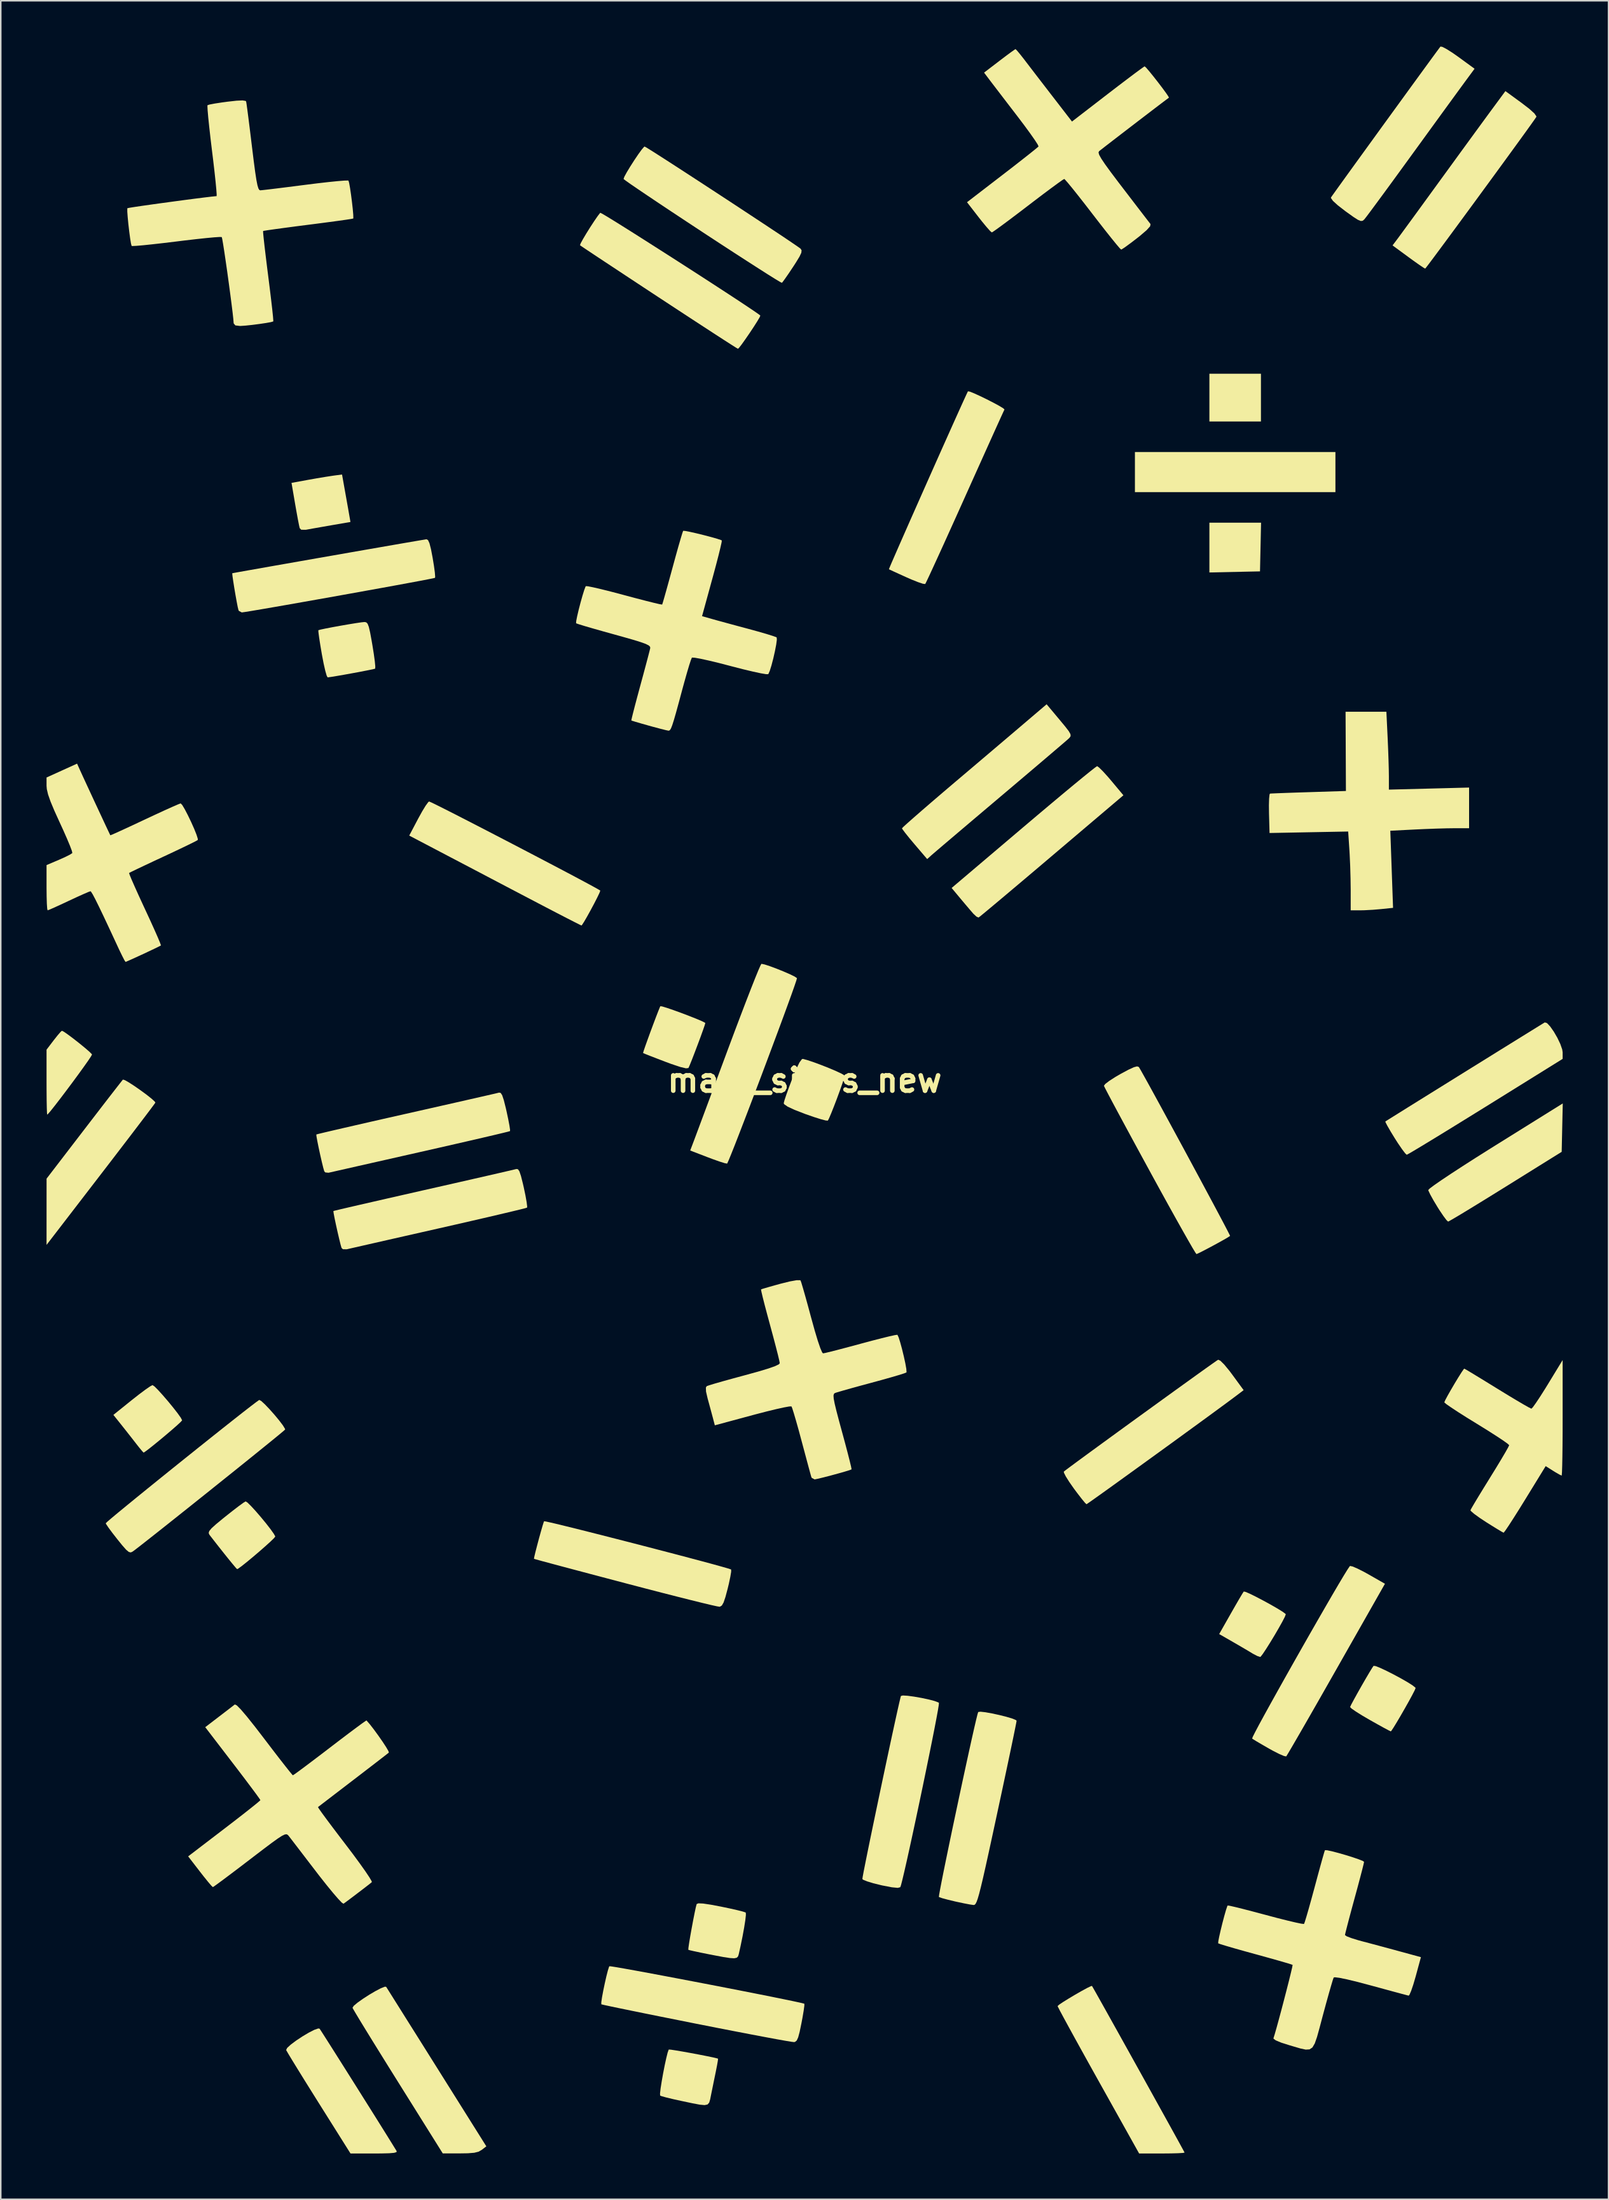
<source format=kicad_pcb>
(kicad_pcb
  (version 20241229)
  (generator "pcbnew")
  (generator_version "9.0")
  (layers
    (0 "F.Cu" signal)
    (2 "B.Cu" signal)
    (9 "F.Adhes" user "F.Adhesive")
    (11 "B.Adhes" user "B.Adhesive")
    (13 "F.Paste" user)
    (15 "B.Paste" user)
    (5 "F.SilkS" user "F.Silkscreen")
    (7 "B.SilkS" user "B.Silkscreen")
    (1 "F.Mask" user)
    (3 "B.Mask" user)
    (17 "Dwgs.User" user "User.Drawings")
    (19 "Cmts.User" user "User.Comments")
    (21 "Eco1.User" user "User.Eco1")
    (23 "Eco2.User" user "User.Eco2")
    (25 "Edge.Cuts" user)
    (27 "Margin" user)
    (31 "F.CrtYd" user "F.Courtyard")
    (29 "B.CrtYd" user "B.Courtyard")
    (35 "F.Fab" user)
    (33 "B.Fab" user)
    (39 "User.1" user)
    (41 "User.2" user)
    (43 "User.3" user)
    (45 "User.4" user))
  (footprint "math_signs_new"
    (layer "F.Cu")
    (at 49.674 67.734)
    (property "Reference" "math_signs_new" (at 0 0 0) (layer "F.SilkS") (effects (font (size 1.5 1.5) (thickness 0.3))))
    (attr board_only exclude_from_pos_files exclude_from_bom)
    (fp_poly (pts (xy 29.877 -34.941) (xy 29.842 -33.345) (xy 28.184 -33.31) (xy 26.526 -33.275) (xy 26.526 -34.906) (xy 26.526 -36.536) (xy 28.219 -36.536) (xy 29.912 -36.536)) (stroke (width 0) (type solid)) (fill yes) (layer "F.SilkS"))
    (fp_poly (pts (xy 29.904 -44.732) (xy 29.904 -43.167) (xy 28.215 -43.167) (xy 26.526 -43.167) (xy 26.526 -44.732) (xy 26.526 -46.296) (xy 28.215 -46.296) (xy 29.904 -46.296)) (stroke (width 0) (type solid)) (fill yes) (layer "F.SilkS"))
    (fp_poly (pts (xy 34.784 -39.852) (xy 34.784 -38.538) (xy 28.215 -38.538) (xy 21.646 -38.538) (xy 21.646 -39.852) (xy 21.646 -41.166) (xy 28.215 -41.166) (xy 34.784 -41.166)) (stroke (width 0) (type solid)) (fill yes) (layer "F.SilkS"))
    (fp_poly (pts (xy -30.102 -38.522) (xy -30.002 -37.961) (xy -29.911 -37.451) (xy -29.845 -37.073) (xy -29.826 -36.966) (xy -29.76 -36.583) (xy -31.052 -36.36) (xy -31.63 -36.259) (xy -32.149 -36.168) (xy -32.537 -36.098) (xy -32.686 -36.071) (xy -32.986 -36.075) (xy -33.085 -36.177) (xy -33.128 -36.364) (xy -33.202 -36.741) (xy -33.295 -37.249) (xy -33.382 -37.746) (xy -33.621 -39.144) (xy -32.545 -39.341) (xy -31.968 -39.443) (xy -31.406 -39.537) (xy -30.963 -39.605) (xy -30.89 -39.616) (xy -30.311 -39.694)) (stroke (width 0) (type solid)) (fill yes) (layer "F.SilkS"))
    (fp_poly (pts (xy -44.544 -0.011) (xy -44.275 0.142) (xy -43.914 0.376) (xy -43.513 0.655) (xy -43.124 0.941) (xy -42.8 1.198) (xy -42.591 1.387) (xy -42.542 1.461) (xy -42.616 1.568) (xy -42.828 1.854) (xy -43.162 2.298) (xy -43.605 2.881) (xy -44.14 3.584) (xy -44.754 4.386) (xy -45.43 5.269) (xy -46.108 6.151) (xy -49.674 10.786) (xy -49.673 8.615) (xy -49.672 6.444) (xy -47.223 3.253) (xy -46.624 2.474) (xy -46.072 1.756) (xy -45.585 1.125) (xy -45.182 0.606) (xy -44.883 0.222) (xy -44.707 -0.001) (xy -44.669 -0.047)) (stroke (width 0) (type solid)) (fill yes) (layer "F.SilkS"))
    (fp_poly (pts (xy 49.646 3.101) (xy 49.611 4.687) (xy 45.939 6.973) (xy 45.075 7.509) (xy 44.278 8) (xy 43.573 8.432) (xy 42.984 8.789) (xy 42.536 9.055) (xy 42.255 9.216) (xy 42.167 9.259) (xy 42.061 9.16) (xy 41.861 8.894) (xy 41.603 8.511) (xy 41.476 8.31) (xy 41.209 7.866) (xy 41.001 7.491) (xy 40.883 7.242) (xy 40.868 7.189) (xy 40.968 7.087) (xy 41.262 6.867) (xy 41.729 6.543) (xy 42.349 6.129) (xy 43.103 5.638) (xy 43.971 5.082) (xy 44.933 4.476) (xy 45.267 4.267) (xy 49.681 1.516)) (stroke (width 0) (type solid)) (fill yes) (layer "F.SilkS"))
    (fp_poly (pts (xy -48.531 -3.177) (xy -48.259 -2.988) (xy -47.903 -2.721) (xy -47.516 -2.417) (xy -47.153 -2.12) (xy -46.866 -1.872) (xy -46.709 -1.714) (xy -46.695 -1.689) (xy -46.76 -1.565) (xy -46.949 -1.282) (xy -47.236 -0.876) (xy -47.59 -0.386) (xy -47.985 0.151) (xy -48.393 0.696) (xy -48.784 1.213) (xy -49.132 1.663) (xy -49.408 2.009) (xy -49.584 2.213) (xy -49.631 2.252) (xy -49.645 2.134) (xy -49.657 1.806) (xy -49.667 1.309) (xy -49.672 0.683) (xy -49.674 0.123) (xy -49.674 -2.007) (xy -49.205 -2.623) (xy -48.949 -2.946) (xy -48.753 -3.172) (xy -48.667 -3.246)) (stroke (width 0) (type solid)) (fill yes) (layer "F.SilkS"))
    (fp_poly (pts (xy -42.602 20.058) (xy -42.363 20.296) (xy -42.052 20.639) (xy -41.707 21.04) (xy -41.369 21.452) (xy -41.077 21.827) (xy -40.871 22.118) (xy -40.79 22.279) (xy -40.79 22.281) (xy -40.881 22.385) (xy -41.122 22.608) (xy -41.47 22.913) (xy -41.881 23.263) (xy -42.31 23.62) (xy -42.712 23.947) (xy -43.043 24.208) (xy -43.259 24.365) (xy -43.316 24.394) (xy -43.407 24.3) (xy -43.603 24.063) (xy -43.811 23.799) (xy -44.153 23.36) (xy -44.545 22.863) (xy -44.78 22.567) (xy -45.294 21.924) (xy -44.09 20.955) (xy -43.615 20.582) (xy -43.202 20.273) (xy -42.893 20.059) (xy -42.733 19.972) (xy -42.73 19.972)) (stroke (width 0) (type solid)) (fill yes) (layer "F.SilkS"))
    (fp_poly (pts (xy 19.298 -20.492) (xy 19.545 -20.249) (xy 19.868 -19.894) (xy 20.094 -19.629) (xy 20.892 -18.675) (xy 16.191 -14.687) (xy 15.261 -13.898) (xy 14.388 -13.16) (xy 13.592 -12.489) (xy 12.89 -11.898) (xy 12.302 -11.405) (xy 11.846 -11.025) (xy 11.54 -10.774) (xy 11.404 -10.667) (xy 11.399 -10.664) (xy 11.262 -10.724) (xy 11.058 -10.914) (xy 11.058 -10.915) (xy 10.85 -11.155) (xy 10.548 -11.51) (xy 10.22 -11.9) (xy 9.635 -12.602) (xy 14.338 -16.592) (xy 15.269 -17.38) (xy 16.144 -18.116) (xy 16.944 -18.786) (xy 17.65 -19.372) (xy 18.244 -19.86) (xy 18.707 -20.235) (xy 19.019 -20.48) (xy 19.163 -20.581) (xy 19.169 -20.583)) (stroke (width 0) (type solid)) (fill yes) (layer "F.SilkS"))
    (fp_poly (pts (xy 28.904 33.524) (xy 29.195 33.651) (xy 29.598 33.85) (xy 30.062 34.094) (xy 30.536 34.353) (xy 30.969 34.602) (xy 31.308 34.811) (xy 31.504 34.953) (xy 31.531 34.99) (xy 31.471 35.152) (xy 31.309 35.467) (xy 31.076 35.884) (xy 30.802 36.355) (xy 30.516 36.827) (xy 30.248 37.253) (xy 30.029 37.582) (xy 29.888 37.764) (xy 29.858 37.785) (xy 29.663 37.722) (xy 29.375 37.571) (xy 29.341 37.551) (xy 29.052 37.376) (xy 28.628 37.127) (xy 28.153 36.851) (xy 28.067 36.801) (xy 27.167 36.284) (xy 27.93 34.94) (xy 28.229 34.416) (xy 28.488 33.97) (xy 28.679 33.65) (xy 28.776 33.499) (xy 28.777 33.497)) (stroke (width 0) (type solid)) (fill yes) (layer "F.SilkS"))
    (fp_poly (pts (xy -27.421 59.397) (xy -27.34 59.524) (xy -27.139 59.843) (xy -26.832 60.332) (xy -26.431 60.97) (xy -25.95 61.736) (xy -25.401 62.608) (xy -24.799 63.567) (xy -24.156 64.591) (xy -24.097 64.685) (xy -20.855 69.85) (xy -21.157 70.082) (xy -21.362 70.199) (xy -21.643 70.271) (xy -22.061 70.305) (xy -22.585 70.313) (xy -23.711 70.313) (xy -26.651 65.615) (xy -27.264 64.634) (xy -27.835 63.715) (xy -28.351 62.882) (xy -28.798 62.156) (xy -29.162 61.56) (xy -29.429 61.115) (xy -29.587 60.844) (xy -29.625 60.77) (xy -29.543 60.643) (xy -29.298 60.437) (xy -28.944 60.185) (xy -28.535 59.921) (xy -28.123 59.679) (xy -27.764 59.491) (xy -27.511 59.391)) (stroke (width 0) (type solid)) (fill yes) (layer "F.SilkS"))
    (fp_poly (pts (xy -6.65 53.942) (xy -6.134 54.019) (xy -5.484 54.142) (xy -4.891 54.266) (xy -4.389 54.38) (xy -4.029 54.472) (xy -3.86 54.531) (xy -3.856 54.534) (xy -3.846 54.683) (xy -3.884 55.027) (xy -3.961 55.519) (xy -4.069 56.11) (xy -4.2 56.75) (xy -4.318 57.275) (xy -4.363 57.41) (xy -4.449 57.495) (xy -4.614 57.529) (xy -4.896 57.512) (xy -5.332 57.445) (xy -5.961 57.326) (xy -6.256 57.269) (xy -6.797 57.16) (xy -7.24 57.066) (xy -7.531 56.999) (xy -7.619 56.973) (xy -7.613 56.848) (xy -7.568 56.535) (xy -7.495 56.093) (xy -7.403 55.579) (xy -7.305 55.052) (xy -7.21 54.57) (xy -7.129 54.19) (xy -7.073 53.975) (xy -6.958 53.928)) (stroke (width 0) (type solid)) (fill yes) (layer "F.SilkS"))
    (fp_poly (pts (xy 0.197 -1.318) (xy 0.627 -1.173) (xy 1.119 -0.99) (xy 1.618 -0.792) (xy 2.069 -0.6) (xy 2.418 -0.436) (xy 2.608 -0.324) (xy 2.627 -0.298) (xy 2.585 -0.125) (xy 2.472 0.22) (xy 2.31 0.677) (xy 2.122 1.19) (xy 1.927 1.7) (xy 1.748 2.15) (xy 1.607 2.483) (xy 1.526 2.64) (xy 1.523 2.642) (xy 1.38 2.632) (xy 1.051 2.546) (xy 0.587 2.399) (xy 0.035 2.206) (xy 0.032 2.204) (xy -0.658 1.937) (xy -1.112 1.726) (xy -1.338 1.567) (xy -1.368 1.501) (xy -1.321 1.316) (xy -1.2 0.951) (xy -1.024 0.462) (xy -0.825 -0.063) (xy -0.55 -0.733) (xy -0.336 -1.17) (xy -0.179 -1.381) (xy -0.114 -1.403)) (stroke (width 0) (type solid)) (fill yes) (layer "F.SilkS"))
    (fp_poly (pts (xy -36.51 27.665) (xy -36.277 27.893) (xy -35.97 28.227) (xy -35.627 28.624) (xy -35.288 29.036) (xy -34.992 29.417) (xy -34.776 29.723) (xy -34.684 29.891) (xy -34.764 29.996) (xy -34.994 30.22) (xy -35.333 30.527) (xy -35.736 30.88) (xy -36.159 31.24) (xy -36.56 31.572) (xy -36.894 31.837) (xy -37.119 31.999) (xy -37.185 32.031) (xy -37.274 31.94) (xy -37.483 31.692) (xy -37.78 31.329) (xy -38.037 31.007) (xy -38.394 30.557) (xy -38.703 30.162) (xy -38.926 29.875) (xy -39.006 29.769) (xy -39.05 29.661) (xy -39.01 29.532) (xy -38.859 29.351) (xy -38.57 29.089) (xy -38.115 28.713) (xy -37.973 28.599) (xy -37.501 28.225) (xy -37.091 27.91) (xy -36.786 27.688) (xy -36.63 27.591) (xy -36.63 27.591)) (stroke (width 0) (type solid)) (fill yes) (layer "F.SilkS"))
    (fp_poly (pts (xy -31.784 62.139) (xy -31.704 62.258) (xy -31.509 62.561) (xy -31.217 63.02) (xy -30.845 63.606) (xy -30.412 64.291) (xy -29.935 65.047) (xy -29.431 65.846) (xy -28.92 66.66) (xy -28.417 67.459) (xy -27.942 68.217) (xy -27.512 68.905) (xy -27.145 69.494) (xy -26.859 69.957) (xy -26.732 70.163) (xy -26.744 70.23) (xy -26.898 70.276) (xy -27.224 70.304) (xy -27.75 70.317) (xy -28.196 70.319) (xy -29.756 70.319) (xy -31.83 67.021) (xy -32.345 66.199) (xy -32.818 65.44) (xy -33.232 64.771) (xy -33.57 64.22) (xy -33.816 63.814) (xy -33.953 63.579) (xy -33.974 63.538) (xy -33.905 63.4) (xy -33.668 63.183) (xy -33.318 62.921) (xy -32.909 62.65) (xy -32.496 62.404) (xy -32.132 62.219) (xy -31.874 62.128)) (stroke (width 0) (type solid)) (fill yes) (layer "F.SilkS"))
    (fp_poly (pts (xy -9.32 -4.836) (xy -9.013 -4.742) (xy -8.584 -4.595) (xy -8.089 -4.416) (xy -7.582 -4.223) (xy -7.119 -4.04) (xy -6.752 -3.885) (xy -6.539 -3.779) (xy -6.506 -3.75) (xy -6.549 -3.601) (xy -6.661 -3.276) (xy -6.821 -2.832) (xy -7.01 -2.325) (xy -7.204 -1.813) (xy -7.382 -1.352) (xy -7.524 -0.999) (xy -7.608 -0.812) (xy -7.612 -0.805) (xy -7.77 -0.784) (xy -8.149 -0.874) (xy -8.745 -1.073) (xy -9.128 -1.215) (xy -9.678 -1.426) (xy -10.135 -1.603) (xy -10.453 -1.729) (xy -10.584 -1.786) (xy -10.585 -1.787) (xy -10.553 -1.906) (xy -10.452 -2.205) (xy -10.3 -2.63) (xy -10.119 -3.129) (xy -9.926 -3.648) (xy -9.743 -4.133) (xy -9.589 -4.531) (xy -9.484 -4.788) (xy -9.45 -4.856)) (stroke (width 0) (type solid)) (fill yes) (layer "F.SilkS"))
    (fp_poly (pts (xy -8.761 63.517) (xy -8.438 63.566) (xy -7.982 63.643) (xy -7.453 63.738) (xy -6.906 63.841) (xy -6.398 63.941) (xy -5.987 64.026) (xy -5.729 64.088) (xy -5.671 64.109) (xy -5.683 64.231) (xy -5.735 64.532) (xy -5.815 64.94) (xy -5.933 65.514) (xy -6.057 66.123) (xy -6.128 66.472) (xy -6.189 66.778) (xy -6.252 66.987) (xy -6.36 67.108) (xy -6.552 67.149) (xy -6.868 67.12) (xy -7.35 67.029) (xy -8.037 66.884) (xy -8.043 66.883) (xy -8.594 66.762) (xy -9.052 66.652) (xy -9.361 66.567) (xy -9.467 66.524) (xy -9.473 66.38) (xy -9.435 66.051) (xy -9.364 65.597) (xy -9.272 65.077) (xy -9.169 64.55) (xy -9.066 64.076) (xy -8.976 63.713) (xy -8.909 63.522) (xy -8.897 63.508)) (stroke (width 0) (type solid)) (fill yes) (layer "F.SilkS"))
    (fp_poly (pts (xy 37.424 38.385) (xy 37.725 38.505) (xy 38.137 38.698) (xy 38.606 38.936) (xy 39.081 39.192) (xy 39.51 39.438) (xy 39.84 39.647) (xy 40.02 39.791) (xy 40.037 39.823) (xy 39.98 39.966) (xy 39.825 40.268) (xy 39.602 40.679) (xy 39.338 41.148) (xy 39.062 41.628) (xy 38.803 42.067) (xy 38.59 42.415) (xy 38.45 42.624) (xy 38.413 42.661) (xy 38.286 42.601) (xy 37.986 42.442) (xy 37.559 42.206) (xy 37.047 41.918) (xy 37.036 41.912) (xy 36.531 41.617) (xy 36.12 41.36) (xy 35.844 41.167) (xy 35.745 41.068) (xy 35.745 41.066) (xy 35.817 40.91) (xy 35.986 40.594) (xy 36.22 40.17) (xy 36.488 39.695) (xy 36.76 39.223) (xy 37.005 38.807) (xy 37.191 38.502) (xy 37.285 38.366)) (stroke (width 0) (type solid)) (fill yes) (layer "F.SilkS"))
    (fp_poly (pts (xy -28.723 -30.006) (xy -28.634 -29.912) (xy -28.555 -29.706) (xy -28.471 -29.347) (xy -28.37 -28.797) (xy -28.323 -28.524) (xy -28.23 -27.942) (xy -28.164 -27.457) (xy -28.132 -27.118) (xy -28.139 -26.973) (xy -28.141 -26.972) (xy -28.283 -26.934) (xy -28.614 -26.866) (xy -29.073 -26.777) (xy -29.602 -26.678) (xy -30.142 -26.58) (xy -30.633 -26.495) (xy -31.018 -26.432) (xy -31.237 -26.402) (xy -31.256 -26.401) (xy -31.319 -26.517) (xy -31.409 -26.832) (xy -31.516 -27.301) (xy -31.626 -27.876) (xy -31.635 -27.925) (xy -31.734 -28.51) (xy -31.81 -28.998) (xy -31.855 -29.34) (xy -31.864 -29.488) (xy -31.862 -29.49) (xy -31.726 -29.53) (xy -31.402 -29.599) (xy -30.949 -29.687) (xy -30.427 -29.782) (xy -29.895 -29.874) (xy -29.412 -29.953) (xy -29.038 -30.008) (xy -28.835 -30.028)) (stroke (width 0) (type solid)) (fill yes) (layer "F.SilkS"))
    (fp_poly (pts (xy 18.912 59.478) (xy 19.099 59.807) (xy 19.376 60.301) (xy 19.73 60.933) (xy 20.146 61.679) (xy 20.612 62.514) (xy 21.111 63.411) (xy 21.631 64.346) (xy 22.158 65.293) (xy 22.676 66.227) (xy 23.172 67.122) (xy 23.633 67.953) (xy 24.043 68.694) (xy 24.389 69.321) (xy 24.656 69.807) (xy 24.831 70.128) (xy 24.899 70.258) (xy 24.9 70.26) (xy 24.782 70.283) (xy 24.464 70.302) (xy 23.992 70.314) (xy 23.416 70.319) (xy 23.41 70.319) (xy 21.921 70.319) (xy 19.25 65.54) (xy 18.691 64.538) (xy 18.172 63.602) (xy 17.705 62.757) (xy 17.303 62.023) (xy 16.977 61.424) (xy 16.74 60.983) (xy 16.606 60.722) (xy 16.579 60.659) (xy 16.678 60.569) (xy 16.938 60.394) (xy 17.306 60.166) (xy 17.725 59.916) (xy 18.142 59.677) (xy 18.502 59.481) (xy 18.75 59.36) (xy 18.831 59.339)) (stroke (width 0) (type solid)) (fill yes) (layer "F.SilkS"))
    (fp_poly (pts (xy 35.906 31.856) (xy 36.23 31.994) (xy 36.661 32.212) (xy 36.958 32.377) (xy 38.03 32.989) (xy 34.839 38.608) (xy 34.221 39.694) (xy 33.64 40.714) (xy 33.106 41.647) (xy 32.632 42.472) (xy 32.229 43.169) (xy 31.91 43.718) (xy 31.687 44.096) (xy 31.571 44.285) (xy 31.558 44.302) (xy 31.418 44.276) (xy 31.114 44.147) (xy 30.7 43.937) (xy 30.432 43.789) (xy 29.977 43.527) (xy 29.607 43.31) (xy 29.376 43.167) (xy 29.326 43.131) (xy 29.37 43.011) (xy 29.527 42.7) (xy 29.78 42.221) (xy 30.118 41.6) (xy 30.525 40.862) (xy 30.987 40.032) (xy 31.49 39.133) (xy 32.021 38.191) (xy 32.565 37.231) (xy 33.108 36.277) (xy 33.637 35.354) (xy 34.137 34.487) (xy 34.593 33.7) (xy 34.993 33.019) (xy 35.322 32.468) (xy 35.566 32.072) (xy 35.711 31.856) (xy 35.742 31.822)) (stroke (width 0) (type solid)) (fill yes) (layer "F.SilkS"))
    (fp_poly (pts (xy 46.98 -64.044) (xy 47.493 -63.65) (xy 47.822 -63.352) (xy 47.953 -63.163) (xy 47.949 -63.124) (xy 47.838 -62.96) (xy 47.601 -62.626) (xy 47.255 -62.144) (xy 46.818 -61.54) (xy 46.306 -60.836) (xy 45.738 -60.056) (xy 45.13 -59.223) (xy 44.499 -58.361) (xy 43.864 -57.493) (xy 43.24 -56.644) (xy 42.646 -55.836) (xy 42.099 -55.094) (xy 41.615 -54.441) (xy 41.213 -53.899) (xy 40.909 -53.494) (xy 40.721 -53.249) (xy 40.665 -53.183) (xy 40.544 -53.252) (xy 40.268 -53.439) (xy 39.881 -53.713) (xy 39.565 -53.943) (xy 38.527 -54.704) (xy 38.825 -55.098) (xy 38.968 -55.291) (xy 39.238 -55.66) (xy 39.617 -56.178) (xy 40.085 -56.819) (xy 40.621 -57.556) (xy 41.208 -58.363) (xy 41.668 -58.996) (xy 42.312 -59.88) (xy 42.948 -60.755) (xy 43.552 -61.584) (xy 44.099 -62.333) (xy 44.564 -62.969) (xy 44.921 -63.456) (xy 45.069 -63.657) (xy 45.923 -64.815)) (stroke (width 0) (type solid)) (fill yes) (layer "F.SilkS"))
    (fp_poly (pts (xy 48.65 -3.748) (xy 48.857 -3.527) (xy 49.094 -3.188) (xy 49.327 -2.786) (xy 49.522 -2.377) (xy 49.647 -2.017) (xy 49.674 -1.831) (xy 49.674 -1.403) (xy 44.618 1.739) (xy 43.6 2.369) (xy 42.646 2.958) (xy 41.778 3.492) (xy 41.016 3.957) (xy 40.382 4.341) (xy 39.896 4.632) (xy 39.581 4.815) (xy 39.456 4.88) (xy 39.456 4.88) (xy 39.35 4.78) (xy 39.147 4.512) (xy 38.879 4.12) (xy 38.68 3.809) (xy 38.404 3.358) (xy 38.192 2.992) (xy 38.071 2.759) (xy 38.055 2.699) (xy 38.164 2.629) (xy 38.461 2.443) (xy 38.921 2.156) (xy 39.519 1.783) (xy 40.23 1.34) (xy 41.029 0.843) (xy 41.892 0.307) (xy 42.792 -0.253) (xy 43.706 -0.821) (xy 44.609 -1.381) (xy 45.475 -1.919) (xy 46.28 -2.418) (xy 46.999 -2.864) (xy 47.607 -3.24) (xy 48.078 -3.532) (xy 48.389 -3.723) (xy 48.505 -3.794)) (stroke (width 0) (type solid)) (fill yes) (layer "F.SilkS"))
    (fp_poly (pts (xy 16.704 -23.63) (xy 17.077 -23.18) (xy 17.31 -22.878) (xy 17.421 -22.683) (xy 17.433 -22.554) (xy 17.365 -22.449) (xy 17.313 -22.398) (xy 17.171 -22.272) (xy 16.858 -22.002) (xy 16.395 -21.607) (xy 15.803 -21.102) (xy 15.102 -20.506) (xy 14.313 -19.837) (xy 13.456 -19.111) (xy 12.825 -18.578) (xy 11.932 -17.822) (xy 11.09 -17.11) (xy 10.321 -16.458) (xy 9.646 -15.885) (xy 9.084 -15.408) (xy 8.658 -15.044) (xy 8.387 -14.812) (xy 8.302 -14.738) (xy 8.033 -14.494) (xy 7.207 -15.462) (xy 6.861 -15.874) (xy 6.587 -16.216) (xy 6.418 -16.444) (xy 6.381 -16.51) (xy 6.473 -16.607) (xy 6.736 -16.846) (xy 7.148 -17.21) (xy 7.687 -17.68) (xy 8.334 -18.238) (xy 9.067 -18.866) (xy 9.865 -19.545) (xy 9.916 -19.588) (xy 10.781 -20.321) (xy 11.639 -21.049) (xy 12.458 -21.744) (xy 13.206 -22.379) (xy 13.852 -22.928) (xy 14.364 -23.364) (xy 14.655 -23.612) (xy 15.86 -24.638)) (stroke (width 0) (type solid)) (fill yes) (layer "F.SilkS"))
    (fp_poly (pts (xy -24.473 -18.212) (xy -24.146 -18.054) (xy -23.65 -17.806) (xy -23.012 -17.483) (xy -22.258 -17.097) (xy -21.411 -16.661) (xy -20.499 -16.19) (xy -19.547 -15.696) (xy -18.58 -15.193) (xy -17.625 -14.694) (xy -16.706 -14.212) (xy -15.849 -13.762) (xy -15.08 -13.355) (xy -14.425 -13.005) (xy -13.909 -12.727) (xy -13.557 -12.532) (xy -13.396 -12.435) (xy -13.388 -12.427) (xy -13.443 -12.276) (xy -13.588 -11.973) (xy -13.791 -11.576) (xy -14.023 -11.142) (xy -14.253 -10.726) (xy -14.45 -10.387) (xy -14.584 -10.18) (xy -14.621 -10.143) (xy -14.747 -10.202) (xy -15.068 -10.363) (xy -15.559 -10.614) (xy -16.194 -10.942) (xy -16.946 -11.333) (xy -17.789 -11.774) (xy -18.518 -12.156) (xy -19.517 -12.68) (xy -20.532 -13.213) (xy -21.521 -13.733) (xy -22.44 -14.215) (xy -23.245 -14.637) (xy -23.891 -14.976) (xy -24.121 -15.097) (xy -25.908 -16.034) (xy -25.319 -17.151) (xy -25.06 -17.62) (xy -24.833 -17.992) (xy -24.667 -18.22) (xy -24.606 -18.268)) (stroke (width 0) (type solid)) (fill yes) (layer "F.SilkS"))
    (fp_poly (pts (xy 27.248 18.377) (xy 27.502 18.629) (xy 27.837 19.035) (xy 28.017 19.275) (xy 28.77 20.303) (xy 28.243 20.701) (xy 27.866 20.982) (xy 27.347 21.364) (xy 26.711 21.831) (xy 25.98 22.365) (xy 25.179 22.948) (xy 24.332 23.565) (xy 23.461 24.197) (xy 22.59 24.827) (xy 21.744 25.439) (xy 20.946 26.015) (xy 20.219 26.539) (xy 19.588 26.992) (xy 19.076 27.357) (xy 18.706 27.619) (xy 18.503 27.758) (xy 18.471 27.777) (xy 18.372 27.683) (xy 18.161 27.428) (xy 17.873 27.055) (xy 17.646 26.751) (xy 17.341 26.315) (xy 17.114 25.953) (xy 16.993 25.712) (xy 16.986 25.639) (xy 17.127 25.529) (xy 17.443 25.293) (xy 17.912 24.947) (xy 18.509 24.509) (xy 19.21 23.997) (xy 19.992 23.427) (xy 20.831 22.817) (xy 21.703 22.184) (xy 22.585 21.546) (xy 23.451 20.919) (xy 24.279 20.321) (xy 25.045 19.77) (xy 25.724 19.281) (xy 26.293 18.874) (xy 26.729 18.564) (xy 27.007 18.37) (xy 27.101 18.309)) (stroke (width 0) (type solid)) (fill yes) (layer "F.SilkS"))
    (fp_poly (pts (xy -2.619 -7.589) (xy -2.266 -7.474) (xy -1.833 -7.313) (xy -1.379 -7.13) (xy -0.965 -6.95) (xy -0.654 -6.798) (xy -0.506 -6.698) (xy -0.501 -6.687) (xy -0.544 -6.531) (xy -0.665 -6.172) (xy -0.854 -5.636) (xy -1.103 -4.95) (xy -1.399 -4.141) (xy -1.734 -3.236) (xy -2.098 -2.261) (xy -2.479 -1.243) (xy -2.868 -0.208) (xy -3.256 0.815) (xy -3.631 1.802) (xy -3.985 2.724) (xy -4.306 3.556) (xy -4.584 4.27) (xy -4.811 4.84) (xy -4.975 5.239) (xy -5.066 5.44) (xy -5.08 5.459) (xy -5.238 5.429) (xy -5.573 5.324) (xy -6.028 5.163) (xy -6.344 5.044) (xy -7.496 4.601) (xy -7.276 4.021) (xy -7.188 3.787) (xy -7.023 3.344) (xy -6.79 2.719) (xy -6.499 1.938) (xy -6.16 1.027) (xy -5.782 0.012) (xy -5.376 -1.08) (xy -4.999 -2.095) (xy -4.582 -3.211) (xy -4.188 -4.251) (xy -3.828 -5.193) (xy -3.509 -6.014) (xy -3.241 -6.692) (xy -3.032 -7.202) (xy -2.891 -7.523) (xy -2.829 -7.632)) (stroke (width 0) (type solid)) (fill yes) (layer "F.SilkS"))
    (fp_poly (pts (xy 38.206 -22.44) (xy 38.237 -21.72) (xy 38.263 -21.004) (xy 38.281 -20.373) (xy 38.288 -19.908) (xy 38.288 -19.888) (xy 38.288 -19.046) (xy 40.915 -19.113) (xy 43.543 -19.181) (xy 43.543 -17.849) (xy 43.543 -16.516) (xy 42.573 -16.516) (xy 42.052 -16.509) (xy 41.373 -16.49) (xy 40.629 -16.462) (xy 39.992 -16.433) (xy 38.381 -16.351) (xy 38.471 -13.825) (xy 38.561 -11.299) (xy 37.78 -11.218) (xy 37.237 -11.172) (xy 36.683 -11.142) (xy 36.392 -11.136) (xy 35.785 -11.136) (xy 35.785 -12.481) (xy 35.775 -13.221) (xy 35.752 -14.042) (xy 35.717 -14.805) (xy 35.702 -15.063) (xy 35.62 -16.3) (xy 33.044 -16.252) (xy 30.467 -16.203) (xy 30.432 -17.486) (xy 30.426 -18.02) (xy 30.438 -18.449) (xy 30.466 -18.719) (xy 30.494 -18.785) (xy 30.645 -18.794) (xy 31.005 -18.809) (xy 31.535 -18.829) (xy 32.196 -18.852) (xy 32.947 -18.876) (xy 33.033 -18.879) (xy 35.472 -18.956) (xy 35.461 -21.552) (xy 35.449 -24.149) (xy 36.786 -24.149) (xy 38.124 -24.149)) (stroke (width 0) (type solid)) (fill yes) (layer "F.SilkS"))
    (fp_poly (pts (xy 41.802 -67.709) (xy 42.089 -67.557) (xy 42.483 -67.306) (xy 42.833 -67.06) (xy 43.902 -66.28) (xy 43.247 -65.391) (xy 43.024 -65.086) (xy 42.675 -64.608) (xy 42.221 -63.985) (xy 41.683 -63.246) (xy 41.082 -62.419) (xy 40.439 -61.533) (xy 39.774 -60.618) (xy 39.732 -60.56) (xy 39.091 -59.678) (xy 38.49 -58.853) (xy 37.946 -58.11) (xy 37.476 -57.472) (xy 37.098 -56.961) (xy 36.829 -56.602) (xy 36.685 -56.418) (xy 36.673 -56.404) (xy 36.569 -56.318) (xy 36.447 -56.303) (xy 36.261 -56.379) (xy 35.97 -56.565) (xy 35.53 -56.88) (xy 35.44 -56.945) (xy 34.943 -57.329) (xy 34.621 -57.622) (xy 34.491 -57.809) (xy 34.494 -57.848) (xy 34.586 -57.98) (xy 34.807 -58.289) (xy 35.14 -58.752) (xy 35.566 -59.343) (xy 36.069 -60.039) (xy 36.631 -60.815) (xy 37.234 -61.647) (xy 37.86 -62.512) (xy 38.493 -63.383) (xy 39.115 -64.239) (xy 39.707 -65.054) (xy 40.253 -65.804) (xy 40.734 -66.464) (xy 41.134 -67.012) (xy 41.435 -67.422) (xy 41.619 -67.67) (xy 41.668 -67.734)) (stroke (width 0) (type solid)) (fill yes) (layer "F.SilkS"))
    (fp_poly (pts (xy -13.279 -56.789) (xy -12.982 -56.615) (xy -12.524 -56.335) (xy -11.93 -55.965) (xy -11.224 -55.521) (xy -10.431 -55.018) (xy -9.574 -54.472) (xy -8.678 -53.9) (xy -7.768 -53.315) (xy -6.867 -52.735) (xy -6.001 -52.174) (xy -5.194 -51.649) (xy -4.47 -51.175) (xy -3.853 -50.767) (xy -3.368 -50.442) (xy -3.04 -50.215) (xy -2.9 -50.109) (xy -2.945 -49.996) (xy -3.1 -49.733) (xy -3.33 -49.371) (xy -3.6 -48.964) (xy -3.875 -48.564) (xy -4.118 -48.223) (xy -4.295 -47.996) (xy -4.367 -47.93) (xy -4.483 -47.998) (xy -4.788 -48.191) (xy -5.261 -48.494) (xy -5.882 -48.896) (xy -6.63 -49.383) (xy -7.485 -49.941) (xy -8.426 -50.557) (xy -9.434 -51.219) (xy -9.546 -51.292) (xy -10.56 -51.959) (xy -11.509 -52.585) (xy -12.374 -53.156) (xy -13.134 -53.658) (xy -13.769 -54.078) (xy -14.257 -54.403) (xy -14.58 -54.62) (xy -14.715 -54.713) (xy -14.718 -54.716) (xy -14.677 -54.834) (xy -14.53 -55.105) (xy -14.311 -55.475) (xy -14.053 -55.888) (xy -13.79 -56.291) (xy -13.557 -56.629) (xy -13.391 -56.843)) (stroke (width 0) (type solid)) (fill yes) (layer "F.SilkS"))
    (fp_poly (pts (xy 6.753 40.328) (xy 7.178 40.385) (xy 7.655 40.469) (xy 8.12 40.567) (xy 8.509 40.669) (xy 8.759 40.762) (xy 8.802 40.791) (xy 8.793 40.925) (xy 8.737 41.274) (xy 8.639 41.81) (xy 8.506 42.504) (xy 8.343 43.328) (xy 8.156 44.253) (xy 7.952 45.25) (xy 7.737 46.291) (xy 7.516 47.346) (xy 7.295 48.388) (xy 7.081 49.386) (xy 6.879 50.314) (xy 6.696 51.141) (xy 6.537 51.839) (xy 6.409 52.38) (xy 6.318 52.735) (xy 6.272 52.87) (xy 6.109 52.915) (xy 5.717 52.877) (xy 5.093 52.757) (xy 5.013 52.739) (xy 4.502 52.613) (xy 4.092 52.488) (xy 3.839 52.383) (xy 3.786 52.337) (xy 3.805 52.199) (xy 3.87 51.846) (xy 3.977 51.306) (xy 4.117 50.608) (xy 4.286 49.781) (xy 4.478 48.854) (xy 4.686 47.856) (xy 4.904 46.815) (xy 5.126 45.762) (xy 5.346 44.723) (xy 5.558 43.73) (xy 5.756 42.81) (xy 5.934 41.992) (xy 6.085 41.306) (xy 6.204 40.78) (xy 6.284 40.443) (xy 6.313 40.34) (xy 6.443 40.309)) (stroke (width 0) (type solid)) (fill yes) (layer "F.SilkS"))
    (fp_poly (pts (xy -35.605 21.013) (xy -35.368 21.231) (xy -35.065 21.548) (xy -34.739 21.915) (xy -34.433 22.284) (xy -34.19 22.604) (xy -34.054 22.826) (xy -34.039 22.882) (xy -34.134 22.969) (xy -34.402 23.193) (xy -34.822 23.538) (xy -35.371 23.983) (xy -36.026 24.513) (xy -36.765 25.109) (xy -37.566 25.752) (xy -38.407 26.426) (xy -39.264 27.112) (xy -40.115 27.792) (xy -40.939 28.448) (xy -41.712 29.063) (xy -42.412 29.618) (xy -43.017 30.095) (xy -43.505 30.478) (xy -43.853 30.747) (xy -44.031 30.879) (xy -44.152 30.936) (xy -44.283 30.905) (xy -44.458 30.759) (xy -44.716 30.467) (xy -45.029 30.081) (xy -45.355 29.663) (xy -45.613 29.316) (xy -45.766 29.087) (xy -45.795 29.025) (xy -45.701 28.932) (xy -45.433 28.701) (xy -45.013 28.351) (xy -44.464 27.899) (xy -43.809 27.364) (xy -43.069 26.763) (xy -42.267 26.114) (xy -41.426 25.436) (xy -40.567 24.746) (xy -39.713 24.062) (xy -38.887 23.403) (xy -38.11 22.785) (xy -37.406 22.228) (xy -36.796 21.748) (xy -36.302 21.365) (xy -35.948 21.095) (xy -35.756 20.958) (xy -35.732 20.945)) (stroke (width 0) (type solid)) (fill yes) (layer "F.SilkS"))
    (fp_poly (pts (xy -10.365 -61.117) (xy -10.061 -60.929) (xy -9.598 -60.635) (xy -9.001 -60.252) (xy -8.294 -59.795) (xy -7.502 -59.281) (xy -6.65 -58.726) (xy -5.762 -58.146) (xy -4.864 -57.558) (xy -3.98 -56.976) (xy -3.134 -56.419) (xy -2.352 -55.902) (xy -1.657 -55.441) (xy -1.076 -55.052) (xy -0.632 -54.751) (xy -0.351 -54.555) (xy -0.261 -54.487) (xy -0.197 -54.38) (xy -0.215 -54.222) (xy -0.333 -53.97) (xy -0.57 -53.581) (xy -0.749 -53.305) (xy -1.041 -52.867) (xy -1.285 -52.516) (xy -1.446 -52.298) (xy -1.489 -52.252) (xy -1.605 -52.311) (xy -1.91 -52.494) (xy -2.383 -52.789) (xy -3.003 -53.184) (xy -3.751 -53.664) (xy -4.607 -54.217) (xy -5.549 -54.83) (xy -6.558 -55.49) (xy -6.694 -55.58) (xy -7.71 -56.249) (xy -8.661 -56.878) (xy -9.526 -57.453) (xy -10.285 -57.962) (xy -10.919 -58.39) (xy -11.406 -58.723) (xy -11.726 -58.949) (xy -11.86 -59.053) (xy -11.863 -59.056) (xy -11.814 -59.199) (xy -11.657 -59.489) (xy -11.428 -59.868) (xy -11.163 -60.282) (xy -10.899 -60.673) (xy -10.672 -60.985) (xy -10.519 -61.162) (xy -10.484 -61.182)) (stroke (width 0) (type solid)) (fill yes) (layer "F.SilkS"))
    (fp_poly (pts (xy 21.9 -0.873) (xy 21.911 -0.857) (xy 22.035 -0.648) (xy 22.255 -0.256) (xy 22.559 0.292) (xy 22.932 0.972) (xy 23.361 1.757) (xy 23.832 2.623) (xy 24.332 3.544) (xy 24.847 4.494) (xy 25.362 5.449) (xy 25.865 6.383) (xy 26.341 7.27) (xy 26.778 8.085) (xy 27.16 8.803) (xy 27.476 9.399) (xy 27.709 9.846) (xy 27.848 10.12) (xy 27.882 10.197) (xy 27.74 10.291) (xy 27.443 10.463) (xy 27.048 10.682) (xy 26.616 10.916) (xy 26.207 11.131) (xy 25.88 11.298) (xy 25.695 11.382) (xy 25.677 11.386) (xy 25.601 11.28) (xy 25.416 10.974) (xy 25.137 10.49) (xy 24.773 9.849) (xy 24.337 9.072) (xy 23.841 8.18) (xy 23.297 7.193) (xy 22.716 6.133) (xy 22.615 5.947) (xy 22.029 4.872) (xy 21.48 3.861) (xy 20.98 2.937) (xy 20.54 2.12) (xy 20.172 1.433) (xy 19.888 0.897) (xy 19.699 0.534) (xy 19.617 0.366) (xy 19.614 0.359) (xy 19.703 0.239) (xy 19.969 0.036) (xy 20.366 -0.219) (xy 20.693 -0.409) (xy 21.221 -0.693) (xy 21.574 -0.856) (xy 21.788 -0.912)) (stroke (width 0) (type solid)) (fill yes) (layer "F.SilkS"))
    (fp_poly (pts (xy -18.782 5.829) (xy -18.687 5.97) (xy -18.585 6.271) (xy -18.46 6.768) (xy -18.403 7.015) (xy -18.292 7.545) (xy -18.215 7.979) (xy -18.18 8.262) (xy -18.186 8.343) (xy -18.317 8.383) (xy -18.669 8.472) (xy -19.216 8.604) (xy -19.935 8.774) (xy -20.801 8.977) (xy -21.79 9.205) (xy -22.878 9.455) (xy -23.984 9.706) (xy -25.153 9.971) (xy -26.253 10.22) (xy -27.261 10.449) (xy -28.149 10.651) (xy -28.893 10.82) (xy -29.468 10.951) (xy -29.847 11.037) (xy -30.001 11.073) (xy -30.255 11.069) (xy -30.343 10.983) (xy -30.407 10.761) (xy -30.498 10.392) (xy -30.604 9.939) (xy -30.709 9.466) (xy -30.799 9.038) (xy -30.86 8.718) (xy -30.878 8.569) (xy -30.877 8.566) (xy -30.752 8.533) (xy -30.407 8.45) (xy -29.864 8.323) (xy -29.149 8.158) (xy -28.285 7.96) (xy -27.295 7.733) (xy -26.203 7.485) (xy -25.034 7.219) (xy -24.962 7.203) (xy -23.782 6.936) (xy -22.672 6.684) (xy -21.659 6.453) (xy -20.765 6.249) (xy -20.016 6.077) (xy -19.437 5.943) (xy -19.052 5.853) (xy -18.885 5.813) (xy -18.883 5.812)) (stroke (width 0) (type solid)) (fill yes) (layer "F.SilkS"))
    (fp_poly (pts (xy -16.947 28.91) (xy -16.609 28.985) (xy -16.085 29.109) (xy -15.402 29.276) (xy -14.589 29.478) (xy -13.674 29.709) (xy -12.684 29.961) (xy -11.648 30.226) (xy -10.593 30.498) (xy -9.547 30.77) (xy -8.538 31.033) (xy -7.595 31.282) (xy -6.744 31.508) (xy -6.014 31.705) (xy -5.433 31.866) (xy -5.029 31.982) (xy -4.829 32.048) (xy -4.813 32.056) (xy -4.812 32.2) (xy -4.866 32.528) (xy -4.963 32.987) (xy -5.038 33.298) (xy -5.188 33.86) (xy -5.309 34.217) (xy -5.421 34.413) (xy -5.543 34.489) (xy -5.575 34.494) (xy -5.741 34.467) (xy -6.125 34.382) (xy -6.702 34.244) (xy -7.447 34.06) (xy -8.337 33.836) (xy -9.347 33.578) (xy -10.453 33.292) (xy -11.629 32.984) (xy -11.762 32.949) (xy -12.936 32.639) (xy -14.035 32.349) (xy -15.035 32.083) (xy -15.912 31.85) (xy -16.644 31.654) (xy -17.206 31.503) (xy -17.576 31.401) (xy -17.731 31.357) (xy -17.734 31.355) (xy -17.715 31.233) (xy -17.644 30.933) (xy -17.537 30.517) (xy -17.413 30.049) (xy -17.286 29.59) (xy -17.175 29.203) (xy -17.096 28.951) (xy -17.072 28.893)) (stroke (width 0) (type solid)) (fill yes) (layer "F.SilkS"))
    (fp_poly (pts (xy -12.659 58.062) (xy -12.31 58.117) (xy -11.772 58.211) (xy -11.072 58.337) (xy -10.239 58.49) (xy -9.301 58.666) (xy -8.285 58.858) (xy -7.22 59.061) (xy -6.135 59.269) (xy -5.056 59.478) (xy -4.012 59.682) (xy -3.031 59.876) (xy -2.141 60.053) (xy -1.37 60.21) (xy -0.746 60.339) (xy -0.297 60.436) (xy -0.052 60.496) (xy -0.014 60.51) (xy -0.017 60.642) (xy -0.061 60.965) (xy -0.139 61.425) (xy -0.205 61.776) (xy -0.323 62.345) (xy -0.421 62.711) (xy -0.515 62.917) (xy -0.622 63.005) (xy -0.691 63.02) (xy -0.86 63) (xy -1.249 62.935) (xy -1.835 62.831) (xy -2.592 62.69) (xy -3.498 62.519) (xy -4.527 62.321) (xy -5.654 62.102) (xy -6.856 61.865) (xy -7.106 61.816) (xy -8.312 61.575) (xy -9.443 61.349) (xy -10.473 61.141) (xy -11.381 60.956) (xy -12.142 60.8) (xy -12.733 60.676) (xy -13.131 60.59) (xy -13.312 60.547) (xy -13.321 60.543) (xy -13.321 60.404) (xy -13.275 60.087) (xy -13.195 59.656) (xy -13.095 59.177) (xy -12.99 58.713) (xy -12.892 58.331) (xy -12.816 58.093) (xy -12.791 58.05)) (stroke (width 0) (type solid)) (fill yes) (layer "F.SilkS"))
    (fp_poly (pts (xy 10.828 -45.123) (xy 11.113 -45.009) (xy 11.503 -44.831) (xy 11.944 -44.617) (xy 12.379 -44.394) (xy 12.754 -44.191) (xy 13.012 -44.035) (xy 13.098 -43.954) (xy 13.098 -43.953) (xy 13.036 -43.823) (xy 12.882 -43.487) (xy 12.646 -42.967) (xy 12.338 -42.285) (xy 11.968 -41.464) (xy 11.546 -40.526) (xy 11.081 -39.493) (xy 10.585 -38.388) (xy 10.512 -38.225) (xy 10.012 -37.112) (xy 9.541 -36.069) (xy 9.111 -35.118) (xy 8.729 -34.281) (xy 8.408 -33.581) (xy 8.158 -33.04) (xy 7.987 -32.679) (xy 7.907 -32.522) (xy 7.903 -32.517) (xy 7.761 -32.533) (xy 7.446 -32.637) (xy 7.01 -32.81) (xy 6.694 -32.949) (xy 6.213 -33.167) (xy 5.825 -33.344) (xy 5.582 -33.457) (xy 5.526 -33.485) (xy 5.569 -33.599) (xy 5.703 -33.915) (xy 5.917 -34.407) (xy 6.197 -35.048) (xy 6.534 -35.814) (xy 6.914 -36.677) (xy 7.328 -37.611) (xy 7.762 -38.591) (xy 8.205 -39.589) (xy 8.646 -40.581) (xy 9.073 -41.539) (xy 9.475 -42.437) (xy 9.839 -43.25) (xy 10.155 -43.951) (xy 10.41 -44.514) (xy 10.593 -44.913) (xy 10.692 -45.122) (xy 10.705 -45.145)) (stroke (width 0) (type solid)) (fill yes) (layer "F.SilkS"))
    (fp_poly (pts (xy -24.677 -35.397) (xy -24.582 -35.19) (xy -24.481 -34.797) (xy -24.373 -34.229) (xy -24.287 -33.702) (xy -24.229 -33.272) (xy -24.208 -32.995) (xy -24.217 -32.923) (xy -24.346 -32.891) (xy -24.694 -32.822) (xy -25.231 -32.719) (xy -25.931 -32.589) (xy -26.763 -32.435) (xy -27.701 -32.264) (xy -28.716 -32.081) (xy -29.779 -31.889) (xy -30.862 -31.695) (xy -31.937 -31.504) (xy -32.976 -31.32) (xy -33.951 -31.148) (xy -34.832 -30.995) (xy -35.592 -30.864) (xy -36.203 -30.761) (xy -36.636 -30.69) (xy -36.862 -30.658) (xy -36.884 -30.657) (xy -37.068 -30.755) (xy -37.098 -30.812) (xy -37.145 -31.004) (xy -37.213 -31.354) (xy -37.293 -31.798) (xy -37.373 -32.271) (xy -37.442 -32.708) (xy -37.49 -33.044) (xy -37.506 -33.214) (xy -37.503 -33.223) (xy -37.379 -33.247) (xy -37.037 -33.309) (xy -36.504 -33.404) (xy -35.809 -33.527) (xy -34.98 -33.674) (xy -34.045 -33.838) (xy -33.032 -34.016) (xy -31.969 -34.203) (xy -30.885 -34.392) (xy -29.807 -34.581) (xy -28.764 -34.763) (xy -27.784 -34.933) (xy -26.895 -35.088) (xy -26.125 -35.221) (xy -25.501 -35.328) (xy -25.054 -35.404) (xy -24.809 -35.445) (xy -24.777 -35.45)) (stroke (width 0) (type solid)) (fill yes) (layer "F.SilkS"))
    (fp_poly (pts (xy -19.913 0.829) (xy -19.816 0.982) (xy -19.709 1.303) (xy -19.578 1.825) (xy -19.535 2.013) (xy -19.422 2.541) (xy -19.34 2.972) (xy -19.3 3.251) (xy -19.302 3.328) (xy -19.431 3.366) (xy -19.78 3.452) (xy -20.326 3.582) (xy -21.043 3.75) (xy -21.909 3.951) (xy -22.899 4.178) (xy -23.989 4.427) (xy -25.155 4.691) (xy -25.161 4.693) (xy -26.335 4.958) (xy -27.439 5.208) (xy -28.448 5.436) (xy -29.337 5.637) (xy -30.081 5.806) (xy -30.656 5.936) (xy -31.036 6.022) (xy -31.195 6.058) (xy -31.408 6.037) (xy -31.474 5.965) (xy -31.542 5.73) (xy -31.635 5.351) (xy -31.74 4.893) (xy -31.842 4.42) (xy -31.928 3.996) (xy -31.984 3.685) (xy -31.996 3.552) (xy -31.996 3.551) (xy -31.869 3.516) (xy -31.522 3.432) (xy -30.978 3.304) (xy -30.262 3.138) (xy -29.396 2.939) (xy -28.406 2.712) (xy -27.313 2.464) (xy -26.144 2.2) (xy -26.081 2.186) (xy -24.901 1.92) (xy -23.793 1.669) (xy -22.78 1.44) (xy -21.888 1.237) (xy -21.141 1.067) (xy -20.563 0.935) (xy -20.18 0.846) (xy -20.015 0.806) (xy -20.014 0.806)) (stroke (width 0) (type solid)) (fill yes) (layer "F.SilkS"))
    (fp_poly (pts (xy 11.851 41.408) (xy 12.284 41.486) (xy 12.763 41.59) (xy 13.225 41.706) (xy 13.607 41.82) (xy 13.845 41.918) (xy 13.892 41.965) (xy 13.867 42.111) (xy 13.794 42.478) (xy 13.679 43.042) (xy 13.526 43.777) (xy 13.34 44.661) (xy 13.126 45.668) (xy 12.89 46.775) (xy 12.636 47.957) (xy 12.61 48.079) (xy 12.315 49.446) (xy 12.067 50.589) (xy 11.86 51.526) (xy 11.69 52.279) (xy 11.55 52.866) (xy 11.437 53.308) (xy 11.345 53.625) (xy 11.268 53.837) (xy 11.202 53.963) (xy 11.141 54.023) (xy 11.081 54.038) (xy 11.074 54.038) (xy 10.836 54.004) (xy 10.433 53.927) (xy 9.945 53.823) (xy 9.846 53.801) (xy 9.381 53.689) (xy 9.017 53.591) (xy 8.818 53.522) (xy 8.801 53.512) (xy 8.814 53.382) (xy 8.875 53.036) (xy 8.977 52.502) (xy 9.115 51.811) (xy 9.283 50.989) (xy 9.473 50.065) (xy 9.681 49.069) (xy 9.901 48.029) (xy 10.125 46.973) (xy 10.348 45.93) (xy 10.565 44.928) (xy 10.768 43.997) (xy 10.952 43.164) (xy 11.111 42.459) (xy 11.239 41.91) (xy 11.329 41.545) (xy 11.376 41.393) (xy 11.377 41.392) (xy 11.528 41.372)) (stroke (width 0) (type solid)) (fill yes) (layer "F.SilkS"))
    (fp_poly (pts (xy 49.673 22.116) (xy 49.672 23.06) (xy 49.666 23.918) (xy 49.657 24.66) (xy 49.645 25.255) (xy 49.631 25.672) (xy 49.615 25.882) (xy 49.609 25.9) (xy 49.473 25.839) (xy 49.205 25.685) (xy 49.053 25.591) (xy 48.562 25.281) (xy 47.22 27.467) (xy 46.813 28.124) (xy 46.448 28.701) (xy 46.147 29.167) (xy 45.929 29.489) (xy 45.815 29.637) (xy 45.805 29.643) (xy 45.675 29.575) (xy 45.383 29.401) (xy 44.978 29.15) (xy 44.669 28.956) (xy 44.225 28.662) (xy 43.877 28.41) (xy 43.67 28.232) (xy 43.631 28.172) (xy 43.702 28.036) (xy 43.885 27.723) (xy 44.159 27.268) (xy 44.503 26.705) (xy 44.896 26.07) (xy 44.913 26.041) (xy 45.306 25.404) (xy 45.649 24.837) (xy 45.921 24.376) (xy 46.101 24.055) (xy 46.17 23.91) (xy 46.17 23.908) (xy 46.068 23.812) (xy 45.784 23.608) (xy 45.349 23.32) (xy 44.797 22.967) (xy 44.159 22.571) (xy 44.047 22.502) (xy 43.397 22.102) (xy 42.828 21.741) (xy 42.371 21.44) (xy 42.058 21.223) (xy 41.923 21.108) (xy 41.92 21.101) (xy 41.978 20.961) (xy 42.132 20.671) (xy 42.35 20.287) (xy 42.598 19.864) (xy 42.843 19.46) (xy 43.052 19.129) (xy 43.191 18.928) (xy 43.227 18.894) (xy 43.342 18.956) (xy 43.636 19.131) (xy 44.078 19.398) (xy 44.634 19.738) (xy 45.272 20.131) (xy 45.396 20.207) (xy 46.05 20.608) (xy 46.634 20.959) (xy 47.112 21.24) (xy 47.452 21.432) (xy 47.62 21.514) (xy 47.629 21.516) (xy 47.728 21.413) (xy 47.929 21.132) (xy 48.208 20.712) (xy 48.539 20.189) (xy 48.704 19.921) (xy 49.673 18.331)) (stroke (width 0) (type solid)) (fill yes) (layer "F.SilkS"))
    (fp_poly (pts (xy -47.438 -20.228) (xy -47.292 -19.908) (xy -47.082 -19.453) (xy -46.828 -18.905) (xy -46.551 -18.307) (xy -46.269 -17.703) (xy -46.004 -17.135) (xy -45.776 -16.646) (xy -45.603 -16.28) (xy -45.507 -16.079) (xy -45.495 -16.054) (xy -45.381 -16.097) (xy -45.076 -16.232) (xy -44.613 -16.443) (xy -44.028 -16.714) (xy -43.354 -17.03) (xy -43.234 -17.086) (xy -42.541 -17.41) (xy -41.925 -17.694) (xy -41.42 -17.921) (xy -41.063 -18.076) (xy -40.891 -18.142) (xy -40.884 -18.143) (xy -40.782 -18.037) (xy -40.616 -17.759) (xy -40.412 -17.367) (xy -40.197 -16.92) (xy -39.999 -16.475) (xy -39.846 -16.091) (xy -39.763 -15.827) (xy -39.764 -15.744) (xy -39.9 -15.667) (xy -40.227 -15.503) (xy -40.708 -15.27) (xy -41.306 -14.985) (xy -41.986 -14.667) (xy -42.036 -14.644) (xy -42.716 -14.327) (xy -43.314 -14.045) (xy -43.795 -13.817) (xy -44.123 -13.658) (xy -44.263 -13.585) (xy -44.265 -13.584) (xy -44.228 -13.462) (xy -44.099 -13.149) (xy -43.892 -12.678) (xy -43.624 -12.083) (xy -43.309 -11.4) (xy -43.22 -11.209) (xy -42.895 -10.507) (xy -42.614 -9.886) (xy -42.39 -9.379) (xy -42.241 -9.022) (xy -42.179 -8.847) (xy -42.18 -8.835) (xy -42.309 -8.766) (xy -42.603 -8.623) (xy -43.002 -8.434) (xy -43.447 -8.226) (xy -43.878 -8.028) (xy -44.234 -7.868) (xy -44.457 -7.772) (xy -44.5 -7.758) (xy -44.569 -7.863) (xy -44.715 -8.146) (xy -44.914 -8.555) (xy -45.023 -8.79) (xy -45.521 -9.862) (xy -45.925 -10.722) (xy -46.242 -11.384) (xy -46.481 -11.866) (xy -46.649 -12.183) (xy -46.754 -12.35) (xy -46.796 -12.387) (xy -46.938 -12.337) (xy -47.257 -12.199) (xy -47.706 -11.997) (xy -48.211 -11.762) (xy -48.736 -11.516) (xy -49.175 -11.316) (xy -49.481 -11.182) (xy -49.605 -11.136) (xy -49.632 -11.253) (xy -49.654 -11.572) (xy -49.668 -12.043) (xy -49.674 -12.619) (xy -49.674 -14.101) (xy -48.859 -14.448) (xy -48.447 -14.632) (xy -48.134 -14.79) (xy -47.986 -14.888) (xy -47.984 -14.891) (xy -48.014 -15.031) (xy -48.136 -15.357) (xy -48.333 -15.83) (xy -48.589 -16.41) (xy -48.799 -16.867) (xy -49.159 -17.659) (xy -49.413 -18.267) (xy -49.574 -18.727) (xy -49.656 -19.077) (xy -49.674 -19.294) (xy -49.674 -19.84) (xy -48.674 -20.294) (xy -47.674 -20.748)) (stroke (width 0) (type solid)) (fill yes) (layer "F.SilkS"))
    (fp_poly (pts (xy 13.917 -67.474) (xy 14.121 -67.23) (xy 14.396 -66.881) (xy 14.469 -66.784) (xy 14.762 -66.402) (xy 15.162 -65.88) (xy 15.626 -65.277) (xy 16.107 -64.652) (xy 16.294 -64.411) (xy 17.522 -62.82) (xy 19.866 -64.627) (xy 20.528 -65.135) (xy 21.124 -65.588) (xy 21.625 -65.965) (xy 22.004 -66.245) (xy 22.231 -66.406) (xy 22.284 -66.437) (xy 22.383 -66.348) (xy 22.587 -66.111) (xy 22.859 -65.776) (xy 23.159 -65.394) (xy 23.449 -65.013) (xy 23.689 -64.685) (xy 23.842 -64.458) (xy 23.874 -64.384) (xy 23.715 -64.266) (xy 23.398 -64.027) (xy 22.959 -63.693) (xy 22.434 -63.292) (xy 21.857 -62.851) (xy 21.264 -62.396) (xy 20.691 -61.956) (xy 20.172 -61.556) (xy 19.743 -61.225) (xy 19.438 -60.988) (xy 19.295 -60.874) (xy 19.291 -60.87) (xy 19.261 -60.787) (xy 19.306 -60.634) (xy 19.442 -60.39) (xy 19.683 -60.03) (xy 20.043 -59.534) (xy 20.538 -58.876) (xy 20.84 -58.481) (xy 21.341 -57.828) (xy 21.794 -57.236) (xy 22.177 -56.738) (xy 22.465 -56.363) (xy 22.636 -56.142) (xy 22.669 -56.099) (xy 22.641 -55.957) (xy 22.412 -55.702) (xy 21.977 -55.329) (xy 21.807 -55.195) (xy 21.385 -54.871) (xy 21.036 -54.615) (xy 20.806 -54.461) (xy 20.744 -54.431) (xy 20.645 -54.525) (xy 20.418 -54.792) (xy 20.085 -55.202) (xy 19.667 -55.729) (xy 19.188 -56.344) (xy 18.88 -56.743) (xy 18.374 -57.399) (xy 17.916 -57.982) (xy 17.529 -58.466) (xy 17.235 -58.822) (xy 17.056 -59.024) (xy 17.014 -59.058) (xy 16.892 -58.985) (xy 16.602 -58.78) (xy 16.172 -58.465) (xy 15.631 -58.061) (xy 15.009 -57.589) (xy 14.639 -57.306) (xy 13.985 -56.807) (xy 13.396 -56.363) (xy 12.901 -55.995) (xy 12.53 -55.727) (xy 12.312 -55.578) (xy 12.268 -55.555) (xy 12.158 -55.647) (xy 11.934 -55.898) (xy 11.633 -56.262) (xy 11.41 -56.544) (xy 10.643 -57.534) (xy 12.957 -59.314) (xy 13.616 -59.822) (xy 14.206 -60.283) (xy 14.701 -60.672) (xy 15.07 -60.968) (xy 15.286 -61.147) (xy 15.33 -61.19) (xy 15.276 -61.314) (xy 15.09 -61.603) (xy 14.794 -62.026) (xy 14.411 -62.55) (xy 13.963 -63.143) (xy 13.915 -63.206) (xy 13.43 -63.837) (xy 12.975 -64.431) (xy 12.581 -64.946) (xy 12.278 -65.342) (xy 12.1 -65.576) (xy 11.761 -66.026) (xy 12.767 -66.796) (xy 13.193 -67.119) (xy 13.54 -67.375) (xy 13.764 -67.532) (xy 13.823 -67.567)) (stroke (width 0) (type solid)) (fill yes) (layer "F.SilkS"))
    (fp_poly (pts (xy -37.21 40.955) (xy -36.947 41.219) (xy -36.546 41.689) (xy -36.007 42.365) (xy -35.396 43.16) (xy -34.889 43.825) (xy -34.432 44.419) (xy -34.046 44.913) (xy -33.754 45.281) (xy -33.577 45.494) (xy -33.533 45.538) (xy -33.42 45.466) (xy -33.138 45.263) (xy -32.714 44.948) (xy -32.176 44.543) (xy -31.552 44.069) (xy -31.106 43.727) (xy -30.443 43.221) (xy -29.849 42.771) (xy -29.352 42.4) (xy -28.979 42.126) (xy -28.758 41.972) (xy -28.708 41.945) (xy -28.495 42.189) (xy -28.224 42.537) (xy -27.931 42.939) (xy -27.65 43.342) (xy -27.419 43.696) (xy -27.272 43.95) (xy -27.242 44.049) (xy -27.366 44.148) (xy -27.659 44.376) (xy -28.091 44.71) (xy -28.634 45.127) (xy -29.257 45.606) (xy -29.592 45.862) (xy -30.24 46.359) (xy -30.819 46.802) (xy -31.3 47.171) (xy -31.655 47.443) (xy -31.854 47.596) (xy -31.887 47.621) (xy -31.827 47.725) (xy -31.633 48) (xy -31.327 48.417) (xy -30.928 48.95) (xy -30.457 49.572) (xy -30.09 50.052) (xy -29.583 50.721) (xy -29.138 51.327) (xy -28.775 51.839) (xy -28.514 52.231) (xy -28.373 52.473) (xy -28.358 52.54) (xy -28.541 52.687) (xy -28.849 52.926) (xy -29.225 53.213) (xy -29.608 53.504) (xy -29.941 53.754) (xy -30.164 53.918) (xy -30.217 53.954) (xy -30.327 53.881) (xy -30.562 53.636) (xy -30.899 53.246) (xy -31.315 52.739) (xy -31.786 52.143) (xy -31.969 51.905) (xy -32.464 51.26) (xy -32.917 50.668) (xy -33.304 50.163) (xy -33.598 49.78) (xy -33.774 49.552) (xy -33.799 49.519) (xy -33.869 49.441) (xy -33.95 49.402) (xy -34.068 49.419) (xy -34.248 49.506) (xy -34.516 49.679) (xy -34.899 49.954) (xy -35.42 50.345) (xy -36.106 50.868) (xy -36.358 51.061) (xy -37.022 51.568) (xy -37.619 52.019) (xy -38.12 52.395) (xy -38.498 52.673) (xy -38.724 52.834) (xy -38.777 52.865) (xy -38.875 52.772) (xy -39.089 52.522) (xy -39.384 52.156) (xy -39.617 51.858) (xy -40.394 50.851) (xy -38.028 49.042) (xy -37.365 48.533) (xy -36.773 48.073) (xy -36.281 47.685) (xy -35.915 47.391) (xy -35.703 47.211) (xy -35.661 47.166) (xy -35.734 47.052) (xy -35.938 46.768) (xy -36.254 46.343) (xy -36.659 45.804) (xy -37.133 45.18) (xy -37.468 44.743) (xy -39.275 42.386) (xy -38.375 41.696) (xy -37.958 41.377) (xy -37.61 41.109) (xy -37.383 40.934) (xy -37.335 40.897)) (stroke (width 0) (type solid)) (fill yes) (layer "F.SilkS"))
    (fp_poly (pts (xy -0.292 13.101) (xy -0.263 13.12) (xy -0.209 13.275) (xy -0.102 13.633) (xy 0.047 14.153) (xy 0.225 14.796) (xy 0.421 15.523) (xy 0.434 15.569) (xy 0.663 16.395) (xy 0.863 17.062) (xy 1.029 17.548) (xy 1.151 17.829) (xy 1.209 17.893) (xy 1.373 17.861) (xy 1.738 17.773) (xy 2.264 17.638) (xy 2.911 17.467) (xy 3.64 17.271) (xy 3.694 17.256) (xy 4.419 17.062) (xy 5.057 16.898) (xy 5.572 16.772) (xy 5.926 16.695) (xy 6.08 16.675) (xy 6.083 16.676) (xy 6.161 16.841) (xy 6.267 17.175) (xy 6.386 17.613) (xy 6.502 18.091) (xy 6.601 18.544) (xy 6.665 18.907) (xy 6.68 19.117) (xy 6.672 19.142) (xy 6.523 19.203) (xy 6.172 19.314) (xy 5.661 19.464) (xy 5.029 19.642) (xy 4.379 19.819) (xy 3.664 20.012) (xy 3.023 20.188) (xy 2.5 20.336) (xy 2.138 20.442) (xy 1.985 20.493) (xy 1.922 20.547) (xy 1.894 20.658) (xy 1.908 20.859) (xy 1.969 21.18) (xy 2.083 21.653) (xy 2.255 22.309) (xy 2.448 23.018) (xy 2.649 23.758) (xy 2.821 24.411) (xy 2.956 24.941) (xy 3.045 25.311) (xy 3.078 25.485) (xy 3.077 25.493) (xy 2.94 25.547) (xy 2.626 25.643) (xy 2.199 25.764) (xy 1.726 25.893) (xy 1.271 26.011) (xy 0.899 26.102) (xy 0.677 26.147) (xy 0.653 26.149) (xy 0.471 26.051) (xy 0.441 25.994) (xy 0.394 25.828) (xy 0.293 25.461) (xy 0.152 24.936) (xy -0.02 24.294) (xy -0.193 23.648) (xy -0.383 22.942) (xy -0.558 22.321) (xy -0.704 21.824) (xy -0.809 21.492) (xy -0.861 21.367) (xy -1.002 21.371) (xy -1.347 21.433) (xy -1.858 21.546) (xy -2.499 21.702) (xy -3.231 21.892) (xy -3.414 21.941) (xy -5.882 22.607) (xy -6.017 22.095) (xy -6.129 21.677) (xy -6.269 21.162) (xy -6.353 20.855) (xy -6.459 20.397) (xy -6.469 20.134) (xy -6.413 20.041) (xy -6.254 19.984) (xy -5.892 19.874) (xy -5.368 19.724) (xy -4.722 19.545) (xy -3.994 19.347) (xy -3.95 19.336) (xy -3.049 19.088) (xy -2.38 18.887) (xy -1.93 18.728) (xy -1.684 18.608) (xy -1.627 18.537) (xy -1.659 18.365) (xy -1.747 17.993) (xy -1.883 17.461) (xy -2.054 16.811) (xy -2.251 16.082) (xy -2.26 16.049) (xy -2.455 15.329) (xy -2.622 14.697) (xy -2.75 14.191) (xy -2.831 13.847) (xy -2.855 13.704) (xy -2.855 13.702) (xy -2.725 13.656) (xy -2.406 13.562) (xy -1.951 13.433) (xy -1.577 13.33) (xy -0.962 13.178) (xy -0.526 13.1)) (stroke (width 0) (type solid)) (fill yes) (layer "F.SilkS"))
    (fp_poly (pts (xy 34.236 50.45) (xy 34.549 50.516) (xy 34.975 50.627) (xy 35.452 50.764) (xy 35.92 50.91) (xy 36.317 51.046) (xy 36.583 51.154) (xy 36.661 51.21) (xy 36.629 51.365) (xy 36.541 51.721) (xy 36.406 52.238) (xy 36.236 52.877) (xy 36.04 53.598) (xy 36.035 53.615) (xy 35.839 54.336) (xy 35.668 54.976) (xy 35.533 55.494) (xy 35.443 55.851) (xy 35.41 56.007) (xy 35.41 56.008) (xy 35.522 56.087) (xy 35.824 56.204) (xy 36.261 56.34) (xy 36.505 56.407) (xy 37.11 56.567) (xy 37.843 56.763) (xy 38.592 56.965) (xy 38.993 57.075) (xy 40.387 57.455) (xy 40.041 58.726) (xy 39.889 59.246) (xy 39.749 59.659) (xy 39.638 59.916) (xy 39.585 59.977) (xy 39.436 59.939) (xy 39.084 59.846) (xy 38.568 59.707) (xy 37.928 59.533) (xy 37.201 59.335) (xy 37.112 59.311) (xy 36.254 59.083) (xy 35.561 58.915) (xy 35.053 58.81) (xy 34.75 58.772) (xy 34.671 58.789) (xy 34.615 58.944) (xy 34.508 59.302) (xy 34.358 59.822) (xy 34.179 60.465) (xy 33.982 61.191) (xy 33.969 61.238) (xy 33.75 62.066) (xy 33.58 62.681) (xy 33.432 63.107) (xy 33.277 63.372) (xy 33.088 63.498) (xy 32.836 63.512) (xy 32.493 63.439) (xy 32.032 63.304) (xy 31.759 63.223) (xy 31.227 63.054) (xy 30.872 62.906) (xy 30.724 62.791) (xy 30.724 62.768) (xy 30.805 62.508) (xy 30.927 62.081) (xy 31.078 61.531) (xy 31.247 60.902) (xy 31.421 60.238) (xy 31.59 59.586) (xy 31.742 58.988) (xy 31.865 58.489) (xy 31.948 58.134) (xy 31.978 57.968) (xy 31.977 57.961) (xy 31.846 57.914) (xy 31.512 57.813) (xy 31.01 57.668) (xy 30.379 57.491) (xy 29.657 57.291) (xy 29.547 57.261) (xy 28.813 57.059) (xy 28.164 56.876) (xy 27.638 56.722) (xy 27.273 56.611) (xy 27.107 56.551) (xy 27.102 56.547) (xy 27.11 56.414) (xy 27.17 56.104) (xy 27.267 55.68) (xy 27.383 55.206) (xy 27.505 54.745) (xy 27.615 54.361) (xy 27.697 54.118) (xy 27.723 54.07) (xy 27.851 54.087) (xy 28.183 54.162) (xy 28.683 54.285) (xy 29.314 54.448) (xy 30.04 54.641) (xy 30.21 54.686) (xy 30.953 54.884) (xy 31.613 55.05) (xy 32.151 55.178) (xy 32.531 55.258) (xy 32.715 55.281) (xy 32.726 55.277) (xy 32.779 55.14) (xy 32.884 54.798) (xy 33.031 54.291) (xy 33.208 53.656) (xy 33.405 52.932) (xy 33.428 52.847) (xy 33.624 52.118) (xy 33.799 51.476) (xy 33.943 50.959) (xy 34.045 50.605) (xy 34.095 50.45) (xy 34.097 50.447)) (stroke (width 0) (type solid)) (fill yes) (layer "F.SilkS"))
    (fp_poly (pts (xy -7.823 -35.995) (xy -7.512 -35.935) (xy -7.085 -35.839) (xy -6.607 -35.722) (xy -6.139 -35.599) (xy -5.744 -35.487) (xy -5.487 -35.402) (xy -5.424 -35.37) (xy -5.44 -35.24) (xy -5.515 -34.905) (xy -5.638 -34.402) (xy -5.802 -33.769) (xy -5.997 -33.043) (xy -6.046 -32.865) (xy -6.719 -30.412) (xy -6.081 -30.23) (xy -5.723 -30.13) (xy -5.188 -29.984) (xy -4.544 -29.809) (xy -3.855 -29.624) (xy -3.691 -29.58) (xy -3.06 -29.407) (xy -2.514 -29.25) (xy -2.1 -29.121) (xy -1.865 -29.037) (xy -1.831 -29.018) (xy -1.818 -28.87) (xy -1.861 -28.547) (xy -1.944 -28.116) (xy -2.051 -27.642) (xy -2.169 -27.191) (xy -2.281 -26.829) (xy -2.374 -26.621) (xy -2.382 -26.611) (xy -2.524 -26.61) (xy -2.87 -26.668) (xy -3.381 -26.778) (xy -4.02 -26.93) (xy -4.748 -27.117) (xy -4.88 -27.152) (xy -5.62 -27.344) (xy -6.278 -27.502) (xy -6.815 -27.62) (xy -7.194 -27.687) (xy -7.376 -27.698) (xy -7.385 -27.693) (xy -7.449 -27.542) (xy -7.563 -27.193) (xy -7.713 -26.688) (xy -7.887 -26.071) (xy -8.002 -25.65) (xy -8.24 -24.764) (xy -8.425 -24.09) (xy -8.566 -23.601) (xy -8.672 -23.268) (xy -8.753 -23.061) (xy -8.82 -22.952) (xy -8.881 -22.911) (xy -8.925 -22.909) (xy -9.104 -22.946) (xy -9.461 -23.036) (xy -9.935 -23.162) (xy -10.198 -23.235) (xy -10.689 -23.374) (xy -11.079 -23.488) (xy -11.312 -23.56) (xy -11.353 -23.576) (xy -11.331 -23.699) (xy -11.252 -24.025) (xy -11.126 -24.516) (xy -10.962 -25.135) (xy -10.771 -25.842) (xy -10.77 -25.846) (xy -10.573 -26.572) (xy -10.398 -27.225) (xy -10.255 -27.764) (xy -10.157 -28.144) (xy -10.115 -28.321) (xy -10.127 -28.408) (xy -10.215 -28.494) (xy -10.41 -28.592) (xy -10.74 -28.711) (xy -11.234 -28.864) (xy -11.922 -29.06) (xy -12.491 -29.218) (xy -13.231 -29.424) (xy -13.886 -29.61) (xy -14.418 -29.765) (xy -14.79 -29.88) (xy -14.965 -29.941) (xy -14.973 -29.946) (xy -14.967 -30.083) (xy -14.906 -30.395) (xy -14.807 -30.819) (xy -14.685 -31.29) (xy -14.558 -31.743) (xy -14.443 -32.116) (xy -14.357 -32.343) (xy -14.335 -32.378) (xy -14.197 -32.369) (xy -13.856 -32.301) (xy -13.348 -32.184) (xy -12.711 -32.025) (xy -11.982 -31.834) (xy -11.817 -31.789) (xy -11.075 -31.591) (xy -10.421 -31.421) (xy -9.889 -31.288) (xy -9.518 -31.201) (xy -9.343 -31.171) (xy -9.334 -31.172) (xy -9.291 -31.302) (xy -9.194 -31.635) (xy -9.053 -32.135) (xy -8.879 -32.764) (xy -8.682 -33.485) (xy -8.656 -33.581) (xy -8.456 -34.312) (xy -8.276 -34.957) (xy -8.125 -35.478) (xy -8.016 -35.838) (xy -7.96 -35.999) (xy -7.957 -36.003)) (stroke (width 0) (type solid)) (fill yes) (layer "F.SilkS"))
    (fp_poly (pts (xy -36.629 -64.171) (xy -36.596 -64.136) (xy -36.569 -63.978) (xy -36.518 -63.608) (xy -36.447 -63.063) (xy -36.361 -62.381) (xy -36.265 -61.598) (xy -36.211 -61.154) (xy -36.096 -60.222) (xy -36.002 -59.512) (xy -35.923 -58.995) (xy -35.854 -58.644) (xy -35.789 -58.433) (xy -35.724 -58.332) (xy -35.67 -58.313) (xy -35.493 -58.33) (xy -35.105 -58.374) (xy -34.548 -58.442) (xy -33.858 -58.528) (xy -33.075 -58.628) (xy -32.72 -58.673) (xy -31.918 -58.773) (xy -31.201 -58.855) (xy -30.606 -58.915) (xy -30.169 -58.95) (xy -29.927 -58.957) (xy -29.891 -58.949) (xy -29.847 -58.803) (xy -29.788 -58.477) (xy -29.723 -58.04) (xy -29.661 -57.557) (xy -29.609 -57.095) (xy -29.576 -56.719) (xy -29.57 -56.497) (xy -29.578 -56.465) (xy -29.708 -56.439) (xy -30.052 -56.386) (xy -30.574 -56.312) (xy -31.24 -56.223) (xy -32.014 -56.121) (xy -32.532 -56.055) (xy -33.356 -55.95) (xy -34.092 -55.852) (xy -34.707 -55.768) (xy -35.165 -55.703) (xy -35.431 -55.66) (xy -35.484 -55.647) (xy -35.48 -55.517) (xy -35.447 -55.174) (xy -35.389 -54.653) (xy -35.31 -53.988) (xy -35.215 -53.215) (xy -35.148 -52.689) (xy -35.044 -51.864) (xy -34.955 -51.126) (xy -34.884 -50.51) (xy -34.836 -50.049) (xy -34.815 -49.78) (xy -34.817 -49.724) (xy -34.963 -49.68) (xy -35.288 -49.621) (xy -35.72 -49.557) (xy -36.19 -49.496) (xy -36.626 -49.45) (xy -36.959 -49.427) (xy -37.005 -49.426) (xy -37.302 -49.463) (xy -37.412 -49.596) (xy -37.416 -49.643) (xy -37.435 -49.883) (xy -37.482 -50.307) (xy -37.552 -50.872) (xy -37.638 -51.534) (xy -37.734 -52.25) (xy -37.834 -52.977) (xy -37.934 -53.671) (xy -38.025 -54.288) (xy -38.103 -54.787) (xy -38.161 -55.122) (xy -38.193 -55.251) (xy -38.333 -55.257) (xy -38.685 -55.234) (xy -39.214 -55.185) (xy -39.885 -55.113) (xy -40.661 -55.023) (xy -41.161 -54.961) (xy -41.982 -54.862) (xy -42.716 -54.779) (xy -43.328 -54.715) (xy -43.784 -54.676) (xy -44.047 -54.663) (xy -44.099 -54.67) (xy -44.143 -54.838) (xy -44.198 -55.178) (xy -44.257 -55.623) (xy -44.313 -56.107) (xy -44.357 -56.562) (xy -44.383 -56.923) (xy -44.382 -57.122) (xy -44.376 -57.141) (xy -44.246 -57.169) (xy -43.909 -57.223) (xy -43.409 -57.297) (xy -42.788 -57.385) (xy -42.087 -57.482) (xy -41.35 -57.582) (xy -40.618 -57.68) (xy -39.933 -57.769) (xy -39.339 -57.844) (xy -38.876 -57.899) (xy -38.589 -57.928) (xy -38.53 -57.931) (xy -38.526 -58.05) (xy -38.55 -58.382) (xy -38.599 -58.895) (xy -38.67 -59.554) (xy -38.76 -60.324) (xy -38.828 -60.877) (xy -38.928 -61.707) (xy -39.012 -62.453) (xy -39.077 -63.078) (xy -39.118 -63.549) (xy -39.132 -63.829) (xy -39.126 -63.892) (xy -38.979 -63.937) (xy -38.642 -64.001) (xy -38.17 -64.073) (xy -37.847 -64.117) (xy -37.228 -64.186) (xy -36.83 -64.204)) (stroke (width 0) (type solid)) (fill yes) (layer "F.SilkS")))
  (gr_rect
    (start -3 -3)
    (end 102.355 141.054)
    (stroke (width 0.1) (type default))
    (fill no)
    (layer "Edge.Cuts")))
</source>
